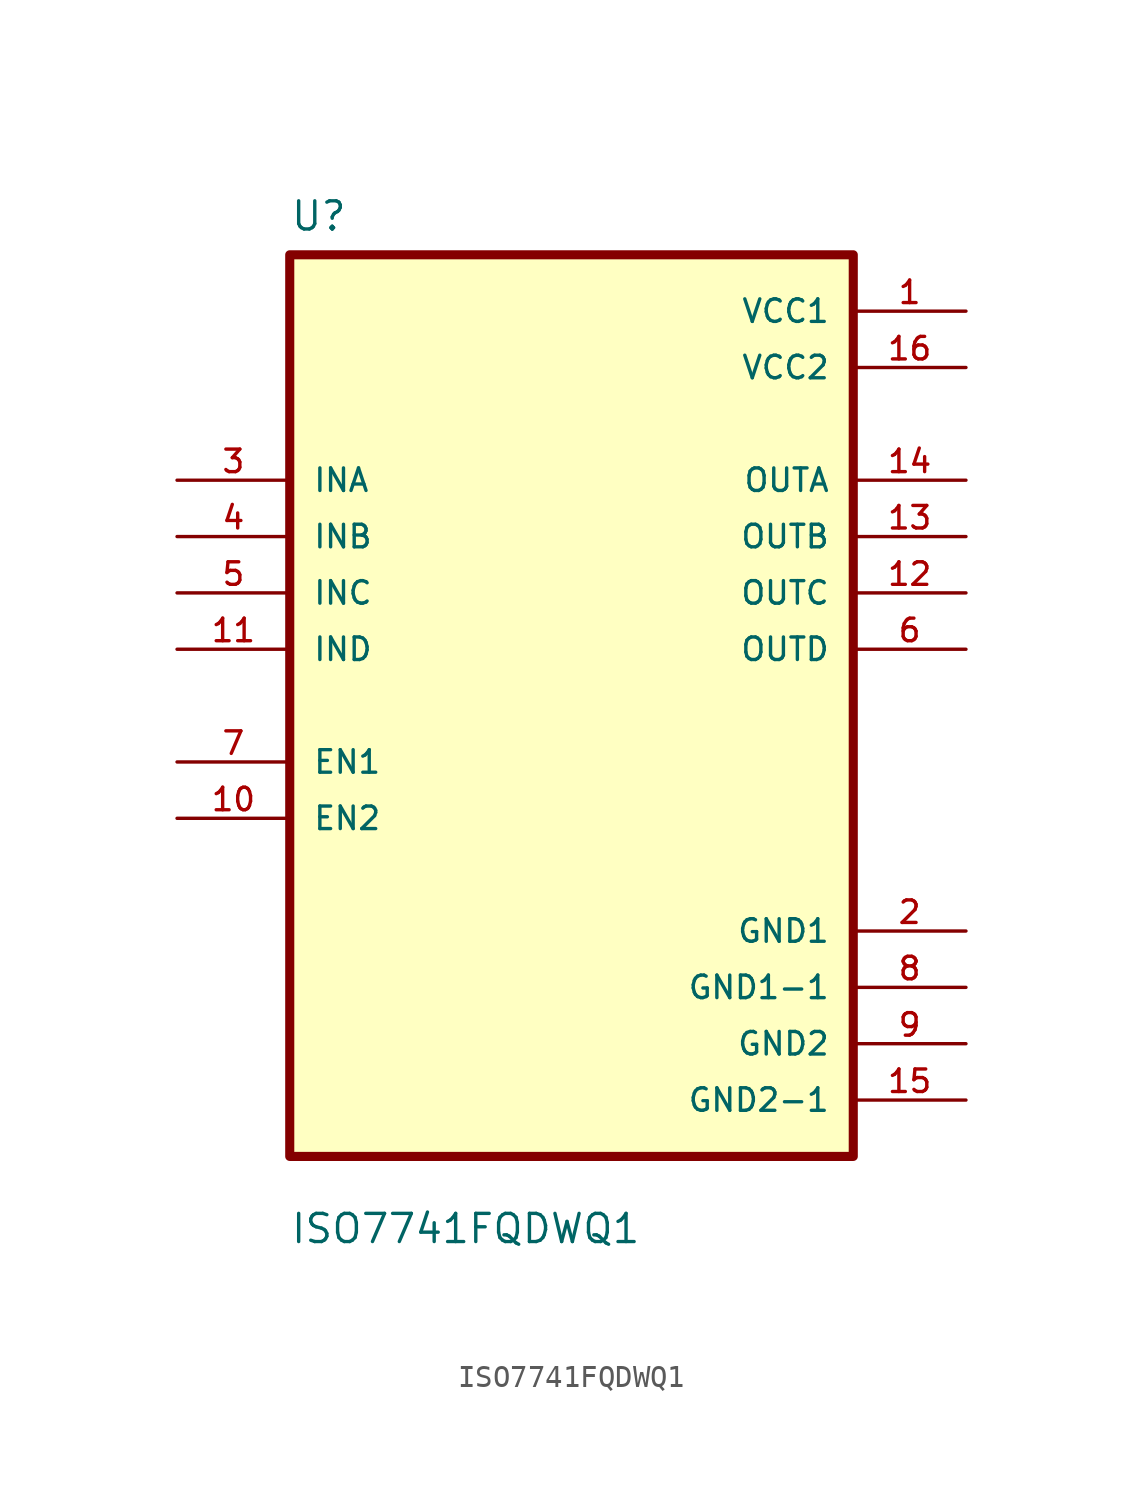
<source format=kicad_sym>
(kicad_symbol_lib
  (version 20211014)
  (generator kicad_symbol_editor)
  (symbol "ISO7741FQDWQ1"
    (pin_names
      (offset 1.016))
    (property "Reference" "U"
      (at -12.7 21.32 0.0)
      (effects (font (size 1.27 1.27)) (justify bottom left)))
    (property "Value" "ISO7741FQDWQ1"
      (at -12.7 -24.32 0.0)
      (effects (font (size 1.27 1.27)) (justify bottom left)))
    (symbol "ISO7741FQDWQ1_0_0"
      (rectangle (start -12.7 -20.32) (end 12.7 20.32) (stroke (width 0.41)) (fill (type background)))
      (pin input line (at -17.78 10.16 0) (length 5.08) (name "INA" (effects (font (size 1.016 1.016)))) (number "3" (effects (font (size 1.016 1.016)))))
      (pin input line (at -17.78 7.62 0) (length 5.08) (name "INB" (effects (font (size 1.016 1.016)))) (number "4" (effects (font (size 1.016 1.016)))))
      (pin input line (at -17.78 5.08 0) (length 5.08) (name "INC" (effects (font (size 1.016 1.016)))) (number "5" (effects (font (size 1.016 1.016)))))
      (pin input line (at -17.78 2.54 0) (length 5.08) (name "IND" (effects (font (size 1.016 1.016)))) (number "11" (effects (font (size 1.016 1.016)))))
      (pin bidirectional line (at -17.78 -2.54 0) (length 5.08) (name "EN1" (effects (font (size 1.016 1.016)))) (number "7" (effects (font (size 1.016 1.016)))))
      (pin bidirectional line (at -17.78 -5.08 0) (length 5.08) (name "EN2" (effects (font (size 1.016 1.016)))) (number "10" (effects (font (size 1.016 1.016)))))
      (pin power_in line (at 17.78 17.78 180.0) (length 5.08) (name "VCC1" (effects (font (size 1.016 1.016)))) (number "1" (effects (font (size 1.016 1.016)))))
      (pin power_in line (at 17.78 15.24 180.0) (length 5.08) (name "VCC2" (effects (font (size 1.016 1.016)))) (number "16" (effects (font (size 1.016 1.016)))))
      (pin output line (at 17.78 10.16 180.0) (length 5.08) (name "OUTA" (effects (font (size 1.016 1.016)))) (number "14" (effects (font (size 1.016 1.016)))))
      (pin output line (at 17.78 7.62 180.0) (length 5.08) (name "OUTB" (effects (font (size 1.016 1.016)))) (number "13" (effects (font (size 1.016 1.016)))))
      (pin output line (at 17.78 5.08 180.0) (length 5.08) (name "OUTC" (effects (font (size 1.016 1.016)))) (number "12" (effects (font (size 1.016 1.016)))))
      (pin output line (at 17.78 2.54 180.0) (length 5.08) (name "OUTD" (effects (font (size 1.016 1.016)))) (number "6" (effects (font (size 1.016 1.016)))))
      (pin power_in line (at 17.78 -10.16 180.0) (length 5.08) (name "GND1" (effects (font (size 1.016 1.016)))) (number "2" (effects (font (size 1.016 1.016)))))
      (pin power_in line (at 17.78 -12.7 180.0) (length 5.08) (name "GND1-1" (effects (font (size 1.016 1.016)))) (number "8" (effects (font (size 1.016 1.016)))))
      (pin power_in line (at 17.78 -15.24 180.0) (length 5.08) (name "GND2" (effects (font (size 1.016 1.016)))) (number "9" (effects (font (size 1.016 1.016)))))
      (pin power_in line (at 17.78 -17.78 180.0) (length 5.08) (name "GND2-1" (effects (font (size 1.016 1.016)))) (number "15" (effects (font (size 1.016 1.016))))))))
</source>
